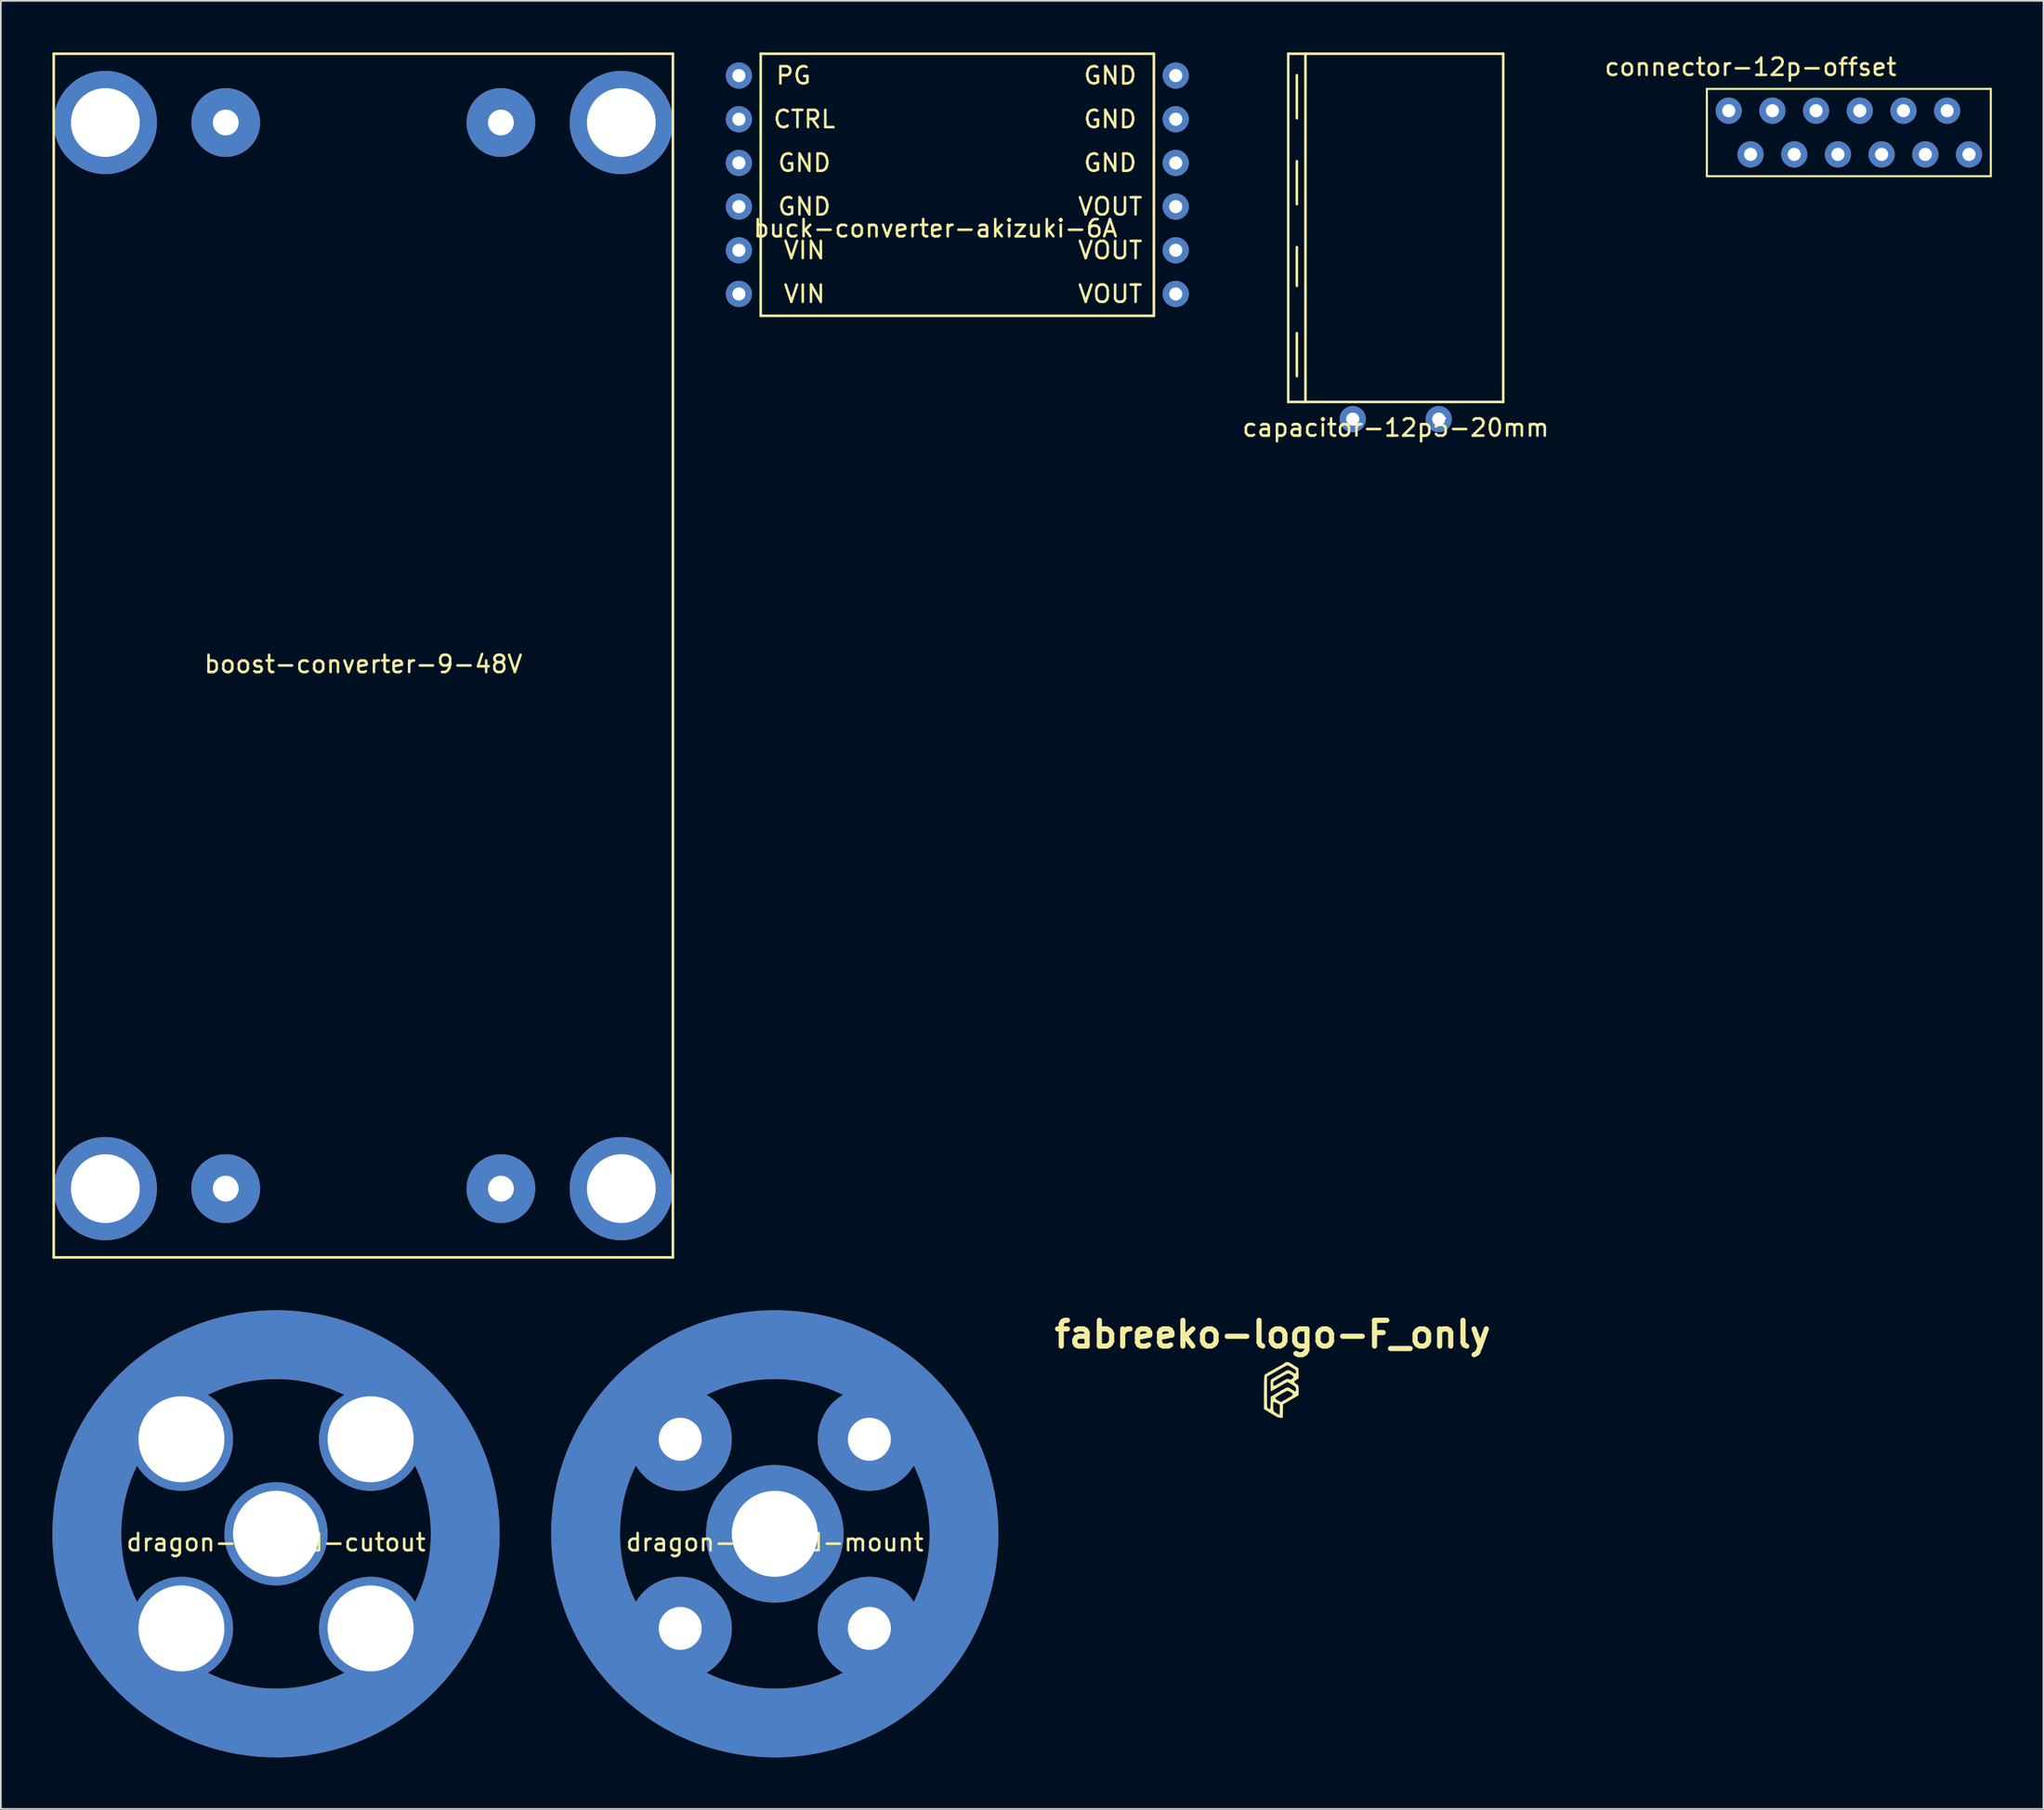
<source format=kicad_pcb>
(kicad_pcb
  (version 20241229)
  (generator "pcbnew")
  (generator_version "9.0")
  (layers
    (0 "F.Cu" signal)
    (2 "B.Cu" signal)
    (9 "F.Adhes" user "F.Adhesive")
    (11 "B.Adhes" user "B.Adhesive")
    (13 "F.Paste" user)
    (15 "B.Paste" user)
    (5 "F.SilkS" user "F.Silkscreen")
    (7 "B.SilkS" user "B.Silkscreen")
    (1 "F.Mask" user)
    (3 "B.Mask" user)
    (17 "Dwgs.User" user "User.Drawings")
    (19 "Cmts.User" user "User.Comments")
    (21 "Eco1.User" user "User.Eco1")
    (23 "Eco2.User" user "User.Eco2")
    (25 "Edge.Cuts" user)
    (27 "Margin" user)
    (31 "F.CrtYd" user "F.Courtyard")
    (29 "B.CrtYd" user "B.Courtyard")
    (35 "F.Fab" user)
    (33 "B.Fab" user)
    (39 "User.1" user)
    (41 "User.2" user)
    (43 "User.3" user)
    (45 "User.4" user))
  (footprint "dragon-hotend-cutout"
    (layer "F.Cu")
    (at 13 86.15)
    (property "Reference" "dragon-hotend-cutout" (at 0 0.5 0) (layer "F.SilkS") (effects (font (size 1 1) (thickness 0.15))))
    (attr through_hole)
    (fp_circle (center 0 0) (end 11 0) (stroke (width 4) (type solid)) (fill no) (layer "F.Cu"))
    (fp_circle (center 0 0) (end 11 0) (stroke (width 4) (type solid)) (fill no) (layer "F.Mask"))
    (fp_circle (center 0 0) (end 11 0) (stroke (width 4) (type solid)) (fill no) (layer "B.Cu"))
    (fp_circle (center 0 0) (end 11 0) (stroke (width 4) (type solid)) (fill no) (layer "B.Mask"))
    (pad "1" thru_hole circle (at -5.5 -5.5) (size 6 6) (drill 5) (layers "*.Cu" "*.Mask"))
    (pad "1" thru_hole circle (at -5.5 5.5) (size 6 6) (drill 5) (layers "*.Cu" "*.Mask"))
    (pad "1" thru_hole circle (at 0 0) (size 6 6) (drill 5) (layers "*.Cu" "*.Mask"))
    (pad "1" thru_hole circle (at 5.5 -5.5) (size 6 6) (drill 5) (layers "*.Cu" "*.Mask"))
    (pad "1" thru_hole circle (at 5.5 5.5) (size 6 6) (drill 5) (layers "*.Cu" "*.Mask")))
  (footprint "boost-converter-9-48V"
    (layer "F.Cu")
    (at 18.075 35.075)
    (property "Reference" "boost-converter-9-48V" (at 0 0.5 0) (layer "F.SilkS") (effects (font (size 1 1) (thickness 0.15))))
    (attr through_hole)
    (fp_line (start -18 -35) (end 18 -35) (stroke (width 0.15) (type solid)) (layer "F.SilkS"))
    (fp_line (start -18 35) (end -18 -35) (stroke (width 0.15) (type solid)) (layer "F.SilkS"))
    (fp_line (start 18 -35) (end 18 35) (stroke (width 0.15) (type solid)) (layer "F.SilkS"))
    (fp_line (start 18 35) (end -18 35) (stroke (width 0.15) (type solid)) (layer "F.SilkS"))
    (pad "" thru_hole circle (at -15 -31) (size 6 6) (drill 4) (layers "*.Cu" "*.Mask"))
    (pad "" thru_hole circle (at -15 31) (size 6 6) (drill 4) (layers "*.Cu" "*.Mask"))
    (pad "" thru_hole circle (at 15 -31) (size 6 6) (drill 4) (layers "*.Cu" "*.Mask"))
    (pad "" thru_hole circle (at 15 31) (size 6 6) (drill 4) (layers "*.Cu" "*.Mask"))
    (pad "1" thru_hole circle (at -8 -31) (size 4 4) (drill 1.5) (layers "*.Cu" "*.Mask"))
    (pad "2" thru_hole circle (at 8 -31) (size 4 4) (drill 1.5) (layers "*.Cu" "*.Mask"))
    (pad "3" thru_hole circle (at -8 31) (size 4 4) (drill 1.5) (layers "*.Cu" "*.Mask"))
    (pad "4" thru_hole circle (at 8 31) (size 4 4) (drill 1.5) (layers "*.Cu" "*.Mask")))
  (footprint "capacitor-12p5-20mm"
    (layer "F.Cu")
    (at 78.104 21.325)
    (property "Reference" "capacitor-12p5-20mm" (at 0 0.5 0) (layer "F.SilkS") (effects (font (size 1 1) (thickness 0.15))))
    (attr through_hole)
    (fp_line (start -6.25 -21.25) (end 6.25 -21.25) (stroke (width 0.15) (type solid)) (layer "F.SilkS"))
    (fp_line (start -6.25 -1) (end -6.25 -21.25) (stroke (width 0.15) (type solid)) (layer "F.SilkS"))
    (fp_line (start -6.25 -1) (end 6.25 -1) (stroke (width 0.15) (type solid)) (layer "F.SilkS"))
    (fp_line (start -5.75 -20) (end -5.75 -17.5) (stroke (width 0.15) (type solid)) (layer "F.SilkS"))
    (fp_line (start -5.75 -15) (end -5.75 -12.5) (stroke (width 0.15) (type solid)) (layer "F.SilkS"))
    (fp_line (start -5.75 -10) (end -5.75 -7.75) (stroke (width 0.15) (type solid)) (layer "F.SilkS"))
    (fp_line (start -5.75 -5) (end -5.75 -2.5) (stroke (width 0.15) (type solid)) (layer "F.SilkS"))
    (fp_line (start -5.25 -21.25) (end -5.25 -1) (stroke (width 0.15) (type solid)) (layer "F.SilkS"))
    (fp_line (start 6.25 -1) (end 6.25 -21.25) (stroke (width 0.15) (type solid)) (layer "F.SilkS"))
    (pad "1" thru_hole circle (at 2.5 0) (size 1.524 1.524) (drill 0.762) (layers "*.Cu" "*.Mask"))
    (pad "2" thru_hole circle (at -2.5 0) (size 1.524 1.524) (drill 0.762) (layers "*.Cu" "*.Mask")))
  (footprint "connector-12p-offset"
    (layer "F.Cu")
    (at 97.465 3.388)
    (property "Reference" "connector-12p-offset" (at 1.27 -2.54 0) (layer "F.SilkS") (effects (font (size 1 1) (thickness 0.15))))
    (attr through_hole)
    (fp_line (start -1.27 -1.27) (end 15.24 -1.27) (stroke (width 0.12) (type solid)) (layer "F.SilkS"))
    (fp_line (start -1.27 3.81) (end -1.27 -1.27) (stroke (width 0.12) (type solid)) (layer "F.SilkS"))
    (fp_line (start 15.24 -1.27) (end 15.24 3.81) (stroke (width 0.12) (type solid)) (layer "F.SilkS"))
    (fp_line (start 15.24 3.81) (end -1.27 3.81) (stroke (width 0.12) (type solid)) (layer "F.SilkS"))
    (pad "1" thru_hole circle (at 0 0) (size 1.524 1.524) (drill 0.762) (layers "*.Cu" "*.Mask"))
    (pad "2" thru_hole circle (at 2.54 0) (size 1.524 1.524) (drill 0.762) (layers "*.Cu" "*.Mask"))
    (pad "3" thru_hole circle (at 5.08 0) (size 1.524 1.524) (drill 0.762) (layers "*.Cu" "*.Mask"))
    (pad "4" thru_hole circle (at 7.62 0) (size 1.524 1.524) (drill 0.762) (layers "*.Cu" "*.Mask"))
    (pad "5" thru_hole circle (at 10.16 0) (size 1.524 1.524) (drill 0.762) (layers "*.Cu" "*.Mask"))
    (pad "6" thru_hole circle (at 12.7 0) (size 1.524 1.524) (drill 0.762) (layers "*.Cu" "*.Mask"))
    (pad "7" thru_hole circle (at 1.27 2.54) (size 1.524 1.524) (drill 0.762) (layers "*.Cu" "*.Mask"))
    (pad "8" thru_hole circle (at 3.81 2.54) (size 1.524 1.524) (drill 0.762) (layers "*.Cu" "*.Mask"))
    (pad "9" thru_hole circle (at 6.35 2.54) (size 1.524 1.524) (drill 0.762) (layers "*.Cu" "*.Mask"))
    (pad "10" thru_hole circle (at 8.89 2.54) (size 1.524 1.524) (drill 0.762) (layers "*.Cu" "*.Mask"))
    (pad "11" thru_hole circle (at 11.43 2.54) (size 1.524 1.524) (drill 0.762) (layers "*.Cu" "*.Mask"))
    (pad "12" thru_hole circle (at 13.97 2.54) (size 1.524 1.524) (drill 0.762) (layers "*.Cu" "*.Mask")))
  (footprint "buck-converter-akizuki-6A"
    (layer "F.Cu")
    (at 62.772 14.045)
    (property "Reference" "buck-converter-akizuki-6A" (at -11.43 -3.81 0) (layer "F.SilkS") (effects (font (size 1 1) (thickness 0.15))))
    (attr through_hole)
    (fp_line (start -21.59 -13.97) (end -21.59 1.27) (stroke (width 0.15) (type solid)) (layer "F.SilkS"))
    (fp_line (start -21.59 1.27) (end 1.27 1.27) (stroke (width 0.15) (type solid)) (layer "F.SilkS"))
    (fp_line (start 1.27 -13.97) (end -21.59 -13.97) (stroke (width 0.15) (type solid)) (layer "F.SilkS"))
    (fp_line (start 1.27 1.27) (end 1.27 -13.97) (stroke (width 0.15) (type solid)) (layer "F.SilkS"))
    (fp_text user "VIN" (at -19.05 0 0) (layer "F.SilkS") (effects (font (size 1 1) (thickness 0.15))))
    (fp_text user "GND" (at -1.27 -12.7 0) (layer "F.SilkS") (effects (font (size 1 1) (thickness 0.15))))
    (fp_text user "VOUT" (at -1.27 -2.54 0) (layer "F.SilkS") (effects (font (size 1 1) (thickness 0.15))))
    (fp_text user "GND" (at -1.27 -7.62 0) (layer "F.SilkS") (effects (font (size 1 1) (thickness 0.15))))
    (fp_text user "GND" (at -1.27 -10.16 0) (layer "F.SilkS") (effects (font (size 1 1) (thickness 0.15))))
    (fp_text user "PG" (at -19.685 -12.7 0) (layer "F.SilkS") (effects (font (size 1 1) (thickness 0.15))))
    (fp_text user "GND" (at -19.05 -5.08 0) (layer "F.SilkS") (effects (font (size 1 1) (thickness 0.15))))
    (fp_text user "VIN" (at -19.05 -2.54 0) (layer "F.SilkS") (effects (font (size 1 1) (thickness 0.15))))
    (fp_text user "GND" (at -19.05 -7.62 0) (layer "F.SilkS") (effects (font (size 1 1) (thickness 0.15))))
    (fp_text user "VOUT" (at -1.27 -5.08 0) (layer "F.SilkS") (effects (font (size 1 1) (thickness 0.15))))
    (fp_text user "CTRL" (at -19.05 -10.16 0) (layer "F.SilkS") (effects (font (size 1 1) (thickness 0.15))))
    (fp_text user "VOUT" (at -1.27 0 0) (layer "F.SilkS") (effects (font (size 1 1) (thickness 0.15))))
    (pad "1" thru_hole circle (at -22.86 -12.7) (size 1.524 1.524) (drill 0.762) (layers "*.Cu" "*.Mask"))
    (pad "2" thru_hole circle (at -22.86 -10.16) (size 1.524 1.524) (drill 0.762) (layers "*.Cu" "*.Mask"))
    (pad "3" thru_hole circle (at -22.86 -7.62) (size 1.524 1.524) (drill 0.762) (layers "*.Cu" "*.Mask"))
    (pad "4" thru_hole circle (at -22.86 -5.08) (size 1.524 1.524) (drill 0.762) (layers "*.Cu" "*.Mask"))
    (pad "5" thru_hole circle (at -22.86 -2.54) (size 1.524 1.524) (drill 0.762) (layers "*.Cu" "*.Mask"))
    (pad "6" thru_hole circle (at -22.86 0) (size 1.524 1.524) (drill 0.762) (layers "*.Cu" "*.Mask"))
    (pad "7" thru_hole circle (at 2.54 -12.7) (size 1.524 1.524) (drill 0.762) (layers "*.Cu" "*.Mask"))
    (pad "8" thru_hole circle (at 2.54 -10.16) (size 1.524 1.524) (drill 0.762) (layers "*.Cu" "*.Mask"))
    (pad "9" thru_hole circle (at 2.54 -7.62) (size 1.524 1.524) (drill 0.762) (layers "*.Cu" "*.Mask"))
    (pad "10" thru_hole circle (at 2.54 -5.08) (size 1.524 1.524) (drill 0.762) (layers "*.Cu" "*.Mask"))
    (pad "11" thru_hole circle (at 2.54 -2.54) (size 1.524 1.524) (drill 0.762) (layers "*.Cu" "*.Mask"))
    (pad "12" thru_hole circle (at 2.54 0) (size 1.524 1.524) (drill 0.762) (layers "*.Cu" "*.Mask")))
  (footprint "fabreeko-logo-F_only"
    (layer "F.Cu")
    (at 71.443 77.554)
    (property "Reference" "fabreeko-logo-F_only" (at -0.5 -3 0) (layer "F.SilkS") (effects (font (size 1.5 1.5) (thickness 0.3))))
    (attr board_only exclude_from_pos_files exclude_from_bom)
    (fp_poly (pts (xy 0.427 -1.384) (xy 0.484 -1.353) (xy 0.562 -1.308) (xy 0.627 -1.277) (xy 0.635 -1.274) (xy 0.679 -1.25) (xy 0.687 -1.237) (xy 0.711 -1.214) (xy 0.773 -1.174) (xy 0.828 -1.144) (xy 0.911 -1.097) (xy 0.972 -1.057) (xy 0.991 -1.041) (xy 1 -1) (xy 1.007 -0.914) (xy 1.012 -0.799) (xy 1.013 -0.725) (xy 1.013 -0.439) (xy 0.878 -0.36) (xy 0.789 -0.297) (xy 0.757 -0.243) (xy 0.781 -0.191) (xy 0.849 -0.142) (xy 0.923 -0.098) (xy 0.97 -0.055) (xy 0.997 -0.001) (xy 1.01 0.08) (xy 1.013 0.2) (xy 1.013 0.258) (xy 1.013 0.538) (xy 0.561 0.801) (xy 0.109 1.064) (xy 0.101 1.457) (xy 0.093 1.849) (xy -0.047 1.847) (xy -0.106 1.842) (xy -0.167 1.828) (xy -0.237 1.8) (xy -0.329 1.752) (xy -0.451 1.68) (xy -0.595 1.592) (xy -1.002 1.34) (xy -1.001 0.372) (xy -1.001 0.096) (xy -0.999 -0.126) (xy -0.996 -0.302) (xy -0.991 -0.436) (xy -0.982 -0.534) (xy -0.98 -0.55) (xy -0.824 -0.55) (xy -0.824 0.351) (xy -0.824 0.606) (xy -0.824 0.808) (xy -0.822 0.963) (xy -0.819 1.079) (xy -0.815 1.162) (xy -0.808 1.218) (xy -0.798 1.254) (xy -0.785 1.276) (xy -0.769 1.292) (xy -0.758 1.299) (xy -0.702 1.334) (xy -0.663 1.344) (xy -0.638 1.321) (xy -0.624 1.258) (xy -0.618 1.149) (xy -0.617 1.084) (xy -0.465 1.084) (xy -0.462 1.201) (xy -0.457 1.333) (xy -0.447 1.418) (xy -0.432 1.468) (xy -0.408 1.497) (xy -0.396 1.505) (xy -0.329 1.549) (xy -0.297 1.575) (xy -0.241 1.607) (xy -0.215 1.612) (xy -0.177 1.628) (xy -0.172 1.641) (xy -0.148 1.668) (xy -0.128 1.671) (xy -0.107 1.661) (xy -0.094 1.625) (xy -0.086 1.552) (xy -0.084 1.433) (xy -0.083 1.382) (xy -0.083 1.093) (xy -0.218 1.011) (xy -0.306 0.965) (xy -0.382 0.935) (xy -0.412 0.93) (xy -0.439 0.934) (xy -0.456 0.954) (xy -0.464 1) (xy -0.465 1.084) (xy -0.617 1.084) (xy -0.616 0.997) (xy -0.614 0.857) (xy -0.61 0.738) (xy -0.606 0.701) (xy -0.344 0.701) (xy -0.324 0.742) (xy -0.257 0.799) (xy -0.196 0.837) (xy -0.092 0.895) (xy -0.023 0.922) (xy 0.024 0.922) (xy 0.064 0.897) (xy 0.072 0.889) (xy 0.133 0.847) (xy 0.177 0.828) (xy 0.247 0.796) (xy 0.281 0.772) (xy 0.326 0.741) (xy 0.406 0.693) (xy 0.496 0.644) (xy 0.61 0.576) (xy 0.669 0.518) (xy 0.673 0.464) (xy 0.624 0.407) (xy 0.554 0.36) (xy 0.467 0.313) (xy 0.395 0.284) (xy 0.367 0.279) (xy 0.318 0.294) (xy 0.234 0.333) (xy 0.127 0.39) (xy 0.009 0.458) (xy -0.109 0.529) (xy -0.214 0.596) (xy -0.295 0.653) (xy -0.339 0.692) (xy -0.344 0.701) (xy -0.606 0.701) (xy -0.602 0.653) (xy -0.594 0.615) (xy -0.55 0.581) (xy -0.506 0.562) (xy -0.436 0.53) (xy -0.401 0.506) (xy -0.356 0.474) (xy -0.276 0.427) (xy -0.193 0.383) (xy -0.106 0.335) (xy -0.045 0.295) (xy -0.024 0.274) (xy 0.001 0.252) (xy 0.063 0.224) (xy 0.08 0.219) (xy 0.147 0.191) (xy 0.182 0.166) (xy 0.183 0.162) (xy 0.209 0.14) (xy 0.272 0.111) (xy 0.302 0.1) (xy 0.382 0.078) (xy 0.431 0.081) (xy 0.473 0.109) (xy 0.475 0.11) (xy 0.53 0.149) (xy 0.564 0.159) (xy 0.596 0.179) (xy 0.598 0.189) (xy 0.623 0.217) (xy 0.672 0.236) (xy 0.728 0.259) (xy 0.747 0.281) (xy 0.771 0.302) (xy 0.807 0.308) (xy 0.846 0.3) (xy 0.861 0.267) (xy 0.86 0.191) (xy 0.859 0.184) (xy 0.852 0.124) (xy 0.834 0.078) (xy 0.796 0.035) (xy 0.727 -0.016) (xy 0.628 -0.08) (xy 0.524 -0.144) (xy 0.437 -0.193) (xy 0.381 -0.221) (xy 0.369 -0.224) (xy 0.331 -0.21) (xy 0.253 -0.172) (xy 0.146 -0.114) (xy 0.022 -0.044) (xy 0.013 -0.038) (xy -0.184 0.077) (xy -0.336 0.166) (xy -0.448 0.23) (xy -0.525 0.273) (xy -0.573 0.298) (xy -0.597 0.307) (xy -0.6 0.308) (xy -0.607 0.28) (xy -0.612 0.205) (xy -0.616 0.094) (xy -0.617 -0.031) (xy -0.617 -0.063) (xy -0.465 -0.063) (xy -0.451 -0.028) (xy -0.412 -0.019) (xy -0.398 -0.018) (xy -0.323 -0.036) (xy -0.28 -0.063) (xy -0.217 -0.111) (xy -0.167 -0.138) (xy -0.042 -0.2) (xy 0.06 -0.26) (xy 0.119 -0.305) (xy 0.172 -0.339) (xy 0.198 -0.344) (xy 0.25 -0.364) (xy 0.287 -0.393) (xy 0.335 -0.424) (xy 0.394 -0.414) (xy 0.409 -0.408) (xy 0.485 -0.382) (xy 0.536 -0.374) (xy 0.602 -0.395) (xy 0.668 -0.445) (xy 0.711 -0.505) (xy 0.717 -0.53) (xy 0.692 -0.571) (xy 0.631 -0.622) (xy 0.55 -0.673) (xy 0.469 -0.712) (xy 0.404 -0.728) (xy 0.4 -0.728) (xy 0.357 -0.713) (xy 0.273 -0.673) (xy 0.159 -0.613) (xy 0.024 -0.538) (xy -0.054 -0.494) (xy -0.454 -0.261) (xy -0.463 -0.14) (xy -0.465 -0.063) (xy -0.617 -0.063) (xy -0.616 -0.178) (xy -0.613 -0.276) (xy -0.605 -0.336) (xy -0.59 -0.369) (xy -0.568 -0.385) (xy -0.558 -0.389) (xy -0.51 -0.415) (xy -0.498 -0.435) (xy -0.474 -0.46) (xy -0.456 -0.463) (xy -0.399 -0.482) (xy -0.374 -0.5) (xy -0.33 -0.531) (xy -0.248 -0.579) (xy -0.147 -0.632) (xy -0.135 -0.638) (xy -0.039 -0.689) (xy 0.031 -0.733) (xy 0.064 -0.761) (xy 0.065 -0.764) (xy 0.089 -0.786) (xy 0.107 -0.789) (xy 0.162 -0.808) (xy 0.194 -0.833) (xy 0.302 -0.903) (xy 0.426 -0.919) (xy 0.498 -0.902) (xy 0.564 -0.872) (xy 0.597 -0.846) (xy 0.598 -0.842) (xy 0.621 -0.82) (xy 0.63 -0.819) (xy 0.675 -0.8) (xy 0.706 -0.774) (xy 0.769 -0.737) (xy 0.808 -0.73) (xy 0.849 -0.743) (xy 0.864 -0.794) (xy 0.865 -0.826) (xy 0.861 -0.875) (xy 0.842 -0.915) (xy 0.798 -0.956) (xy 0.72 -1.01) (xy 0.634 -1.063) (xy 0.527 -1.126) (xy 0.437 -1.174) (xy 0.377 -1.201) (xy 0.363 -1.204) (xy 0.326 -1.19) (xy 0.246 -1.15) (xy 0.133 -1.089) (xy -0.004 -1.013) (xy -0.154 -0.927) (xy -0.313 -0.835) (xy -0.46 -0.751) (xy -0.585 -0.679) (xy -0.679 -0.626) (xy -0.728 -0.6) (xy -0.824 -0.55) (xy -0.98 -0.55) (xy -0.97 -0.604) (xy -0.953 -0.65) (xy -0.93 -0.68) (xy -0.901 -0.698) (xy -0.864 -0.712) (xy -0.861 -0.713) (xy -0.81 -0.738) (xy -0.795 -0.759) (xy -0.769 -0.784) (xy -0.707 -0.813) (xy -0.691 -0.819) (xy -0.623 -0.847) (xy -0.588 -0.873) (xy -0.587 -0.877) (xy -0.562 -0.902) (xy -0.515 -0.919) (xy -0.443 -0.948) (xy -0.404 -0.975) (xy -0.348 -1.016) (xy -0.291 -1.049) (xy -0.175 -1.108) (xy -0.059 -1.172) (xy 0.046 -1.233) (xy 0.127 -1.283) (xy 0.173 -1.317) (xy 0.178 -1.323) (xy 0.21 -1.349) (xy 0.276 -1.378) (xy 0.286 -1.381) (xy 0.362 -1.398)) (stroke (width 0) (type solid)) (fill yes) (layer "F.SilkS")))
  (footprint "dragon-hotend-mount"
    (layer "F.Cu")
    (at 42 86.15)
    (property "Reference" "dragon-hotend-mount" (at 0 0.5 0) (layer "F.SilkS") (effects (font (size 1 1) (thickness 0.15))))
    (attr through_hole)
    (fp_circle (center 0 0) (end 11 0) (stroke (width 4) (type solid)) (fill no) (layer "F.Cu"))
    (fp_circle (center 0 0) (end 11 0) (stroke (width 4) (type solid)) (fill no) (layer "F.Mask"))
    (fp_circle (center 0 0) (end 11 0) (stroke (width 4) (type solid)) (fill no) (layer "B.Cu"))
    (fp_circle (center 0 0) (end 11 0) (stroke (width 4) (type solid)) (fill no) (layer "B.Mask"))
    (pad "1" thru_hole circle (at -5.5 -5.5) (size 6 6) (drill 2.5) (layers "*.Cu" "*.Mask"))
    (pad "1" thru_hole circle (at -5.5 5.5) (size 6 6) (drill 2.5) (layers "*.Cu" "*.Mask"))
    (pad "1" thru_hole circle (at 0 0) (size 8 8) (drill 5) (layers "*.Cu" "*.Mask"))
    (pad "1" thru_hole circle (at 5.5 -5.5) (size 6 6) (drill 2.5) (layers "*.Cu" "*.Mask"))
    (pad "1" thru_hole circle (at 5.5 5.5) (size 6 6) (drill 2.5) (layers "*.Cu" "*.Mask")))
  (gr_rect
    (start -3 -3)
    (end 115.765 102.15)
    (stroke (width 0.1) (type default))
    (fill no)
    (layer "Edge.Cuts")))
</source>
